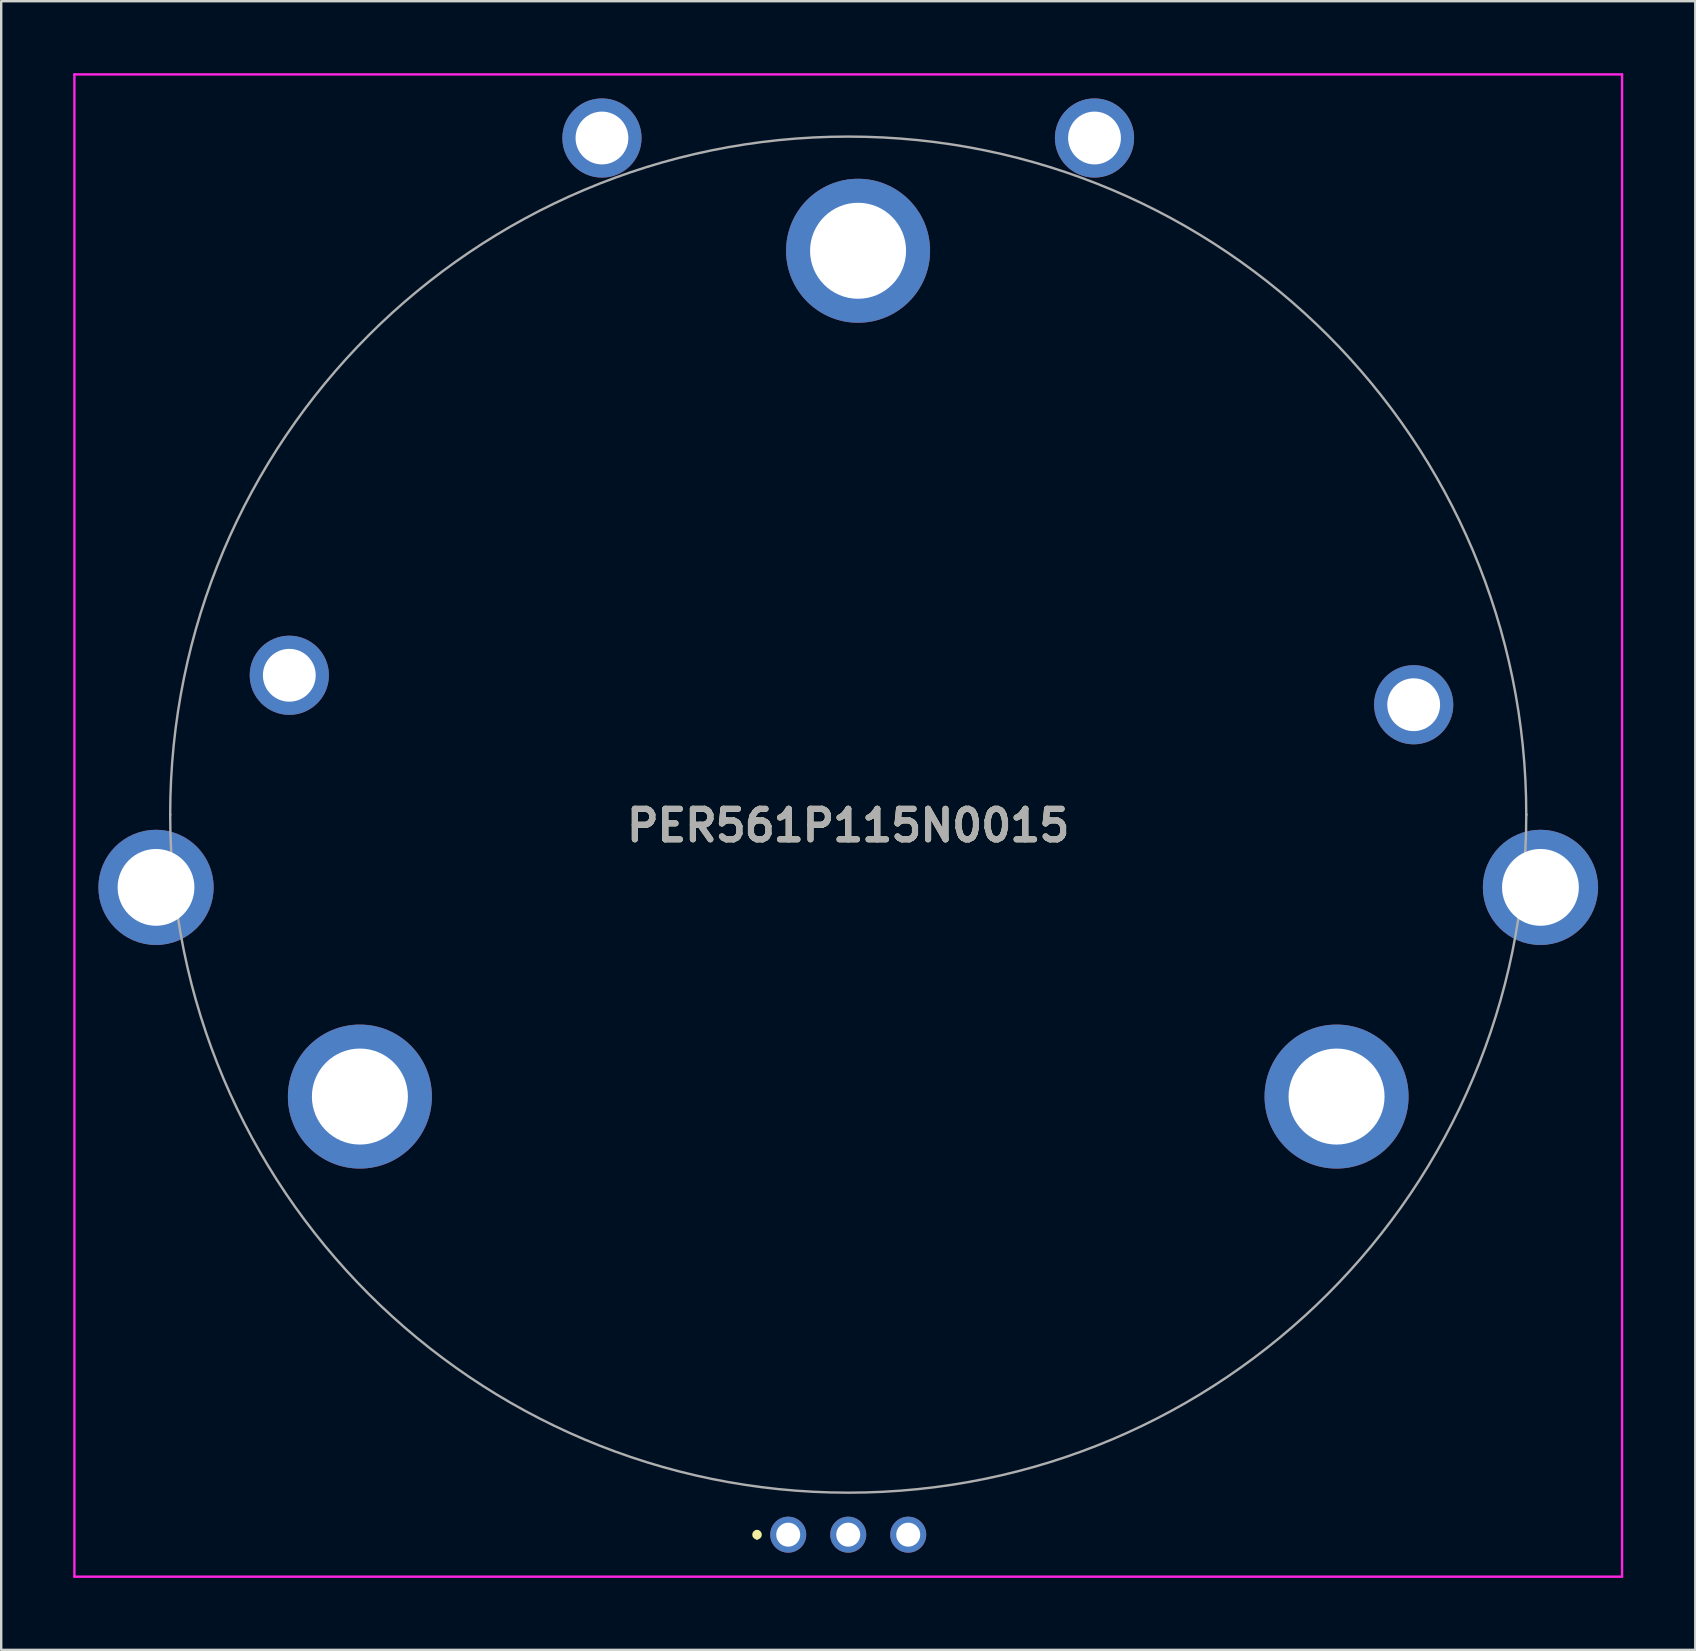
<source format=kicad_pcb>
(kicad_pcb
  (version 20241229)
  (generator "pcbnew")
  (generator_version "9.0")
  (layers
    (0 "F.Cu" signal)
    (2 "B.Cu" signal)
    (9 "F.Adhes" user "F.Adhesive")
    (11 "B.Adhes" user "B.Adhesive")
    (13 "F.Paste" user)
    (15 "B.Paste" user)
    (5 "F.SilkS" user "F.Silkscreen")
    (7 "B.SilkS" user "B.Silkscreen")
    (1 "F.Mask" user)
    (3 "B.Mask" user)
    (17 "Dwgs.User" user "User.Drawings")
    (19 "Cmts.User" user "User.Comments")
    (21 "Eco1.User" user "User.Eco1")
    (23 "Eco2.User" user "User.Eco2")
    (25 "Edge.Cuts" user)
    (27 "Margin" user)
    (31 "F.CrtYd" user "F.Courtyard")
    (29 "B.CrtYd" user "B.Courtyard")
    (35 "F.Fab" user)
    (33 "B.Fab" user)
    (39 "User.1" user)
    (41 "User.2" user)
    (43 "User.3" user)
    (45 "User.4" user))
  (footprint "PER561P115N0015"
    (layer "F.Cu")
    (at 29.791 60.891)
    (property "Reference" "PER561P115N0015" (at 2.5 -29.546 0) (layer "F.SilkS") (effects (font (size 1.27 1.27) (thickness 0.254))))
    (attr through_hole)
    (fp_line (start -1.3 -0.1) (end -1.3 -0.1) (stroke (width 0.2) (type solid)) (layer "F.SilkS"))
    (fp_line (start -1.3 0.1) (end -1.3 0.1) (stroke (width 0.2) (type solid)) (layer "F.SilkS"))
    (fp_arc (start -1.3 -0.1) (mid -1.2 0) (end -1.3 0.1) (stroke (width 0.2) (type solid)) (layer "F.SilkS"))
    (fp_arc (start -1.3 0.1) (mid -1.4 0) (end -1.3 -0.1) (stroke (width 0.2) (type solid)) (layer "F.SilkS"))
    (fp_line (start -29.741 -60.841) (end 34.741 -60.841) (stroke (width 0.1) (type solid)) (layer "F.CrtYd"))
    (fp_line (start -29.741 1.75) (end -29.741 -60.841) (stroke (width 0.1) (type solid)) (layer "F.CrtYd"))
    (fp_line (start 34.741 -60.841) (end 34.741 1.75) (stroke (width 0.1) (type solid)) (layer "F.CrtYd"))
    (fp_line (start 34.741 1.75) (end -29.741 1.75) (stroke (width 0.1) (type solid)) (layer "F.CrtYd"))
    (fp_line (start -25.75 -30) (end -25.75 -30) (stroke (width 0.1) (type solid)) (layer "F.Fab"))
    (fp_line (start 30.75 -30) (end 30.75 -30) (stroke (width 0.1) (type solid)) (layer "F.Fab"))
    (fp_arc (start -25.75 -30) (mid 2.5 -58.25) (end 30.75 -30) (stroke (width 0.1) (type solid)) (layer "F.Fab"))
    (fp_arc (start 30.75 -30) (mid 2.5 -1.75) (end -25.75 -30) (stroke (width 0.1) (type solid)) (layer "F.Fab"))
    (fp_text user "${REFERENCE}" (at 2.5 -29.546 0) (layer "F.Fab") (effects (font (size 1.27 1.27) (thickness 0.254))))
    (pad "1" thru_hole circle (at 0 0) (size 1.5 1.5) (drill 1) (layers "*.Cu" "*.Mask"))
    (pad "2" thru_hole circle (at 2.5 0) (size 1.5 1.5) (drill 1) (layers "*.Cu" "*.Mask"))
    (pad "3" thru_hole circle (at 5 0) (size 1.5 1.5) (drill 1) (layers "*.Cu" "*.Mask"))
    (pad "4" thru_hole circle (at 22.846 -18.253) (size 6 6) (drill 4) (layers "*.Cu" "*.Mask"))
    (pad "5" thru_hole circle (at 31.341 -26.969) (size 4.8 4.8) (drill 3.2) (layers "*.Cu" "*.Mask"))
    (pad "6" thru_hole circle (at 26.059 -34.579) (size 3.3 3.3) (drill 2.2) (layers "*.Cu" "*.Mask"))
    (pad "7" thru_hole circle (at 12.761 -58.191) (size 3.3 3.3) (drill 2.2) (layers "*.Cu" "*.Mask"))
    (pad "8" thru_hole circle (at -7.761 -58.191) (size 3.3 3.3) (drill 2.2) (layers "*.Cu" "*.Mask"))
    (pad "9" thru_hole circle (at -20.787 -35.806) (size 3.3 3.3) (drill 2.2) (layers "*.Cu" "*.Mask"))
    (pad "10" thru_hole circle (at -26.341 -26.969) (size 4.8 4.8) (drill 3.2) (layers "*.Cu" "*.Mask"))
    (pad "11" thru_hole circle (at -17.846 -18.253) (size 6 6) (drill 4) (layers "*.Cu" "*.Mask"))
    (pad "12" thru_hole circle (at 2.91 -53.493) (size 6 6) (drill 4) (layers "*.Cu" "*.Mask")))
  (gr_rect
    (start -3 -3)
    (end 67.582 65.691)
    (stroke (width 0.1) (type default))
    (fill no)
    (layer "Edge.Cuts")))
</source>
